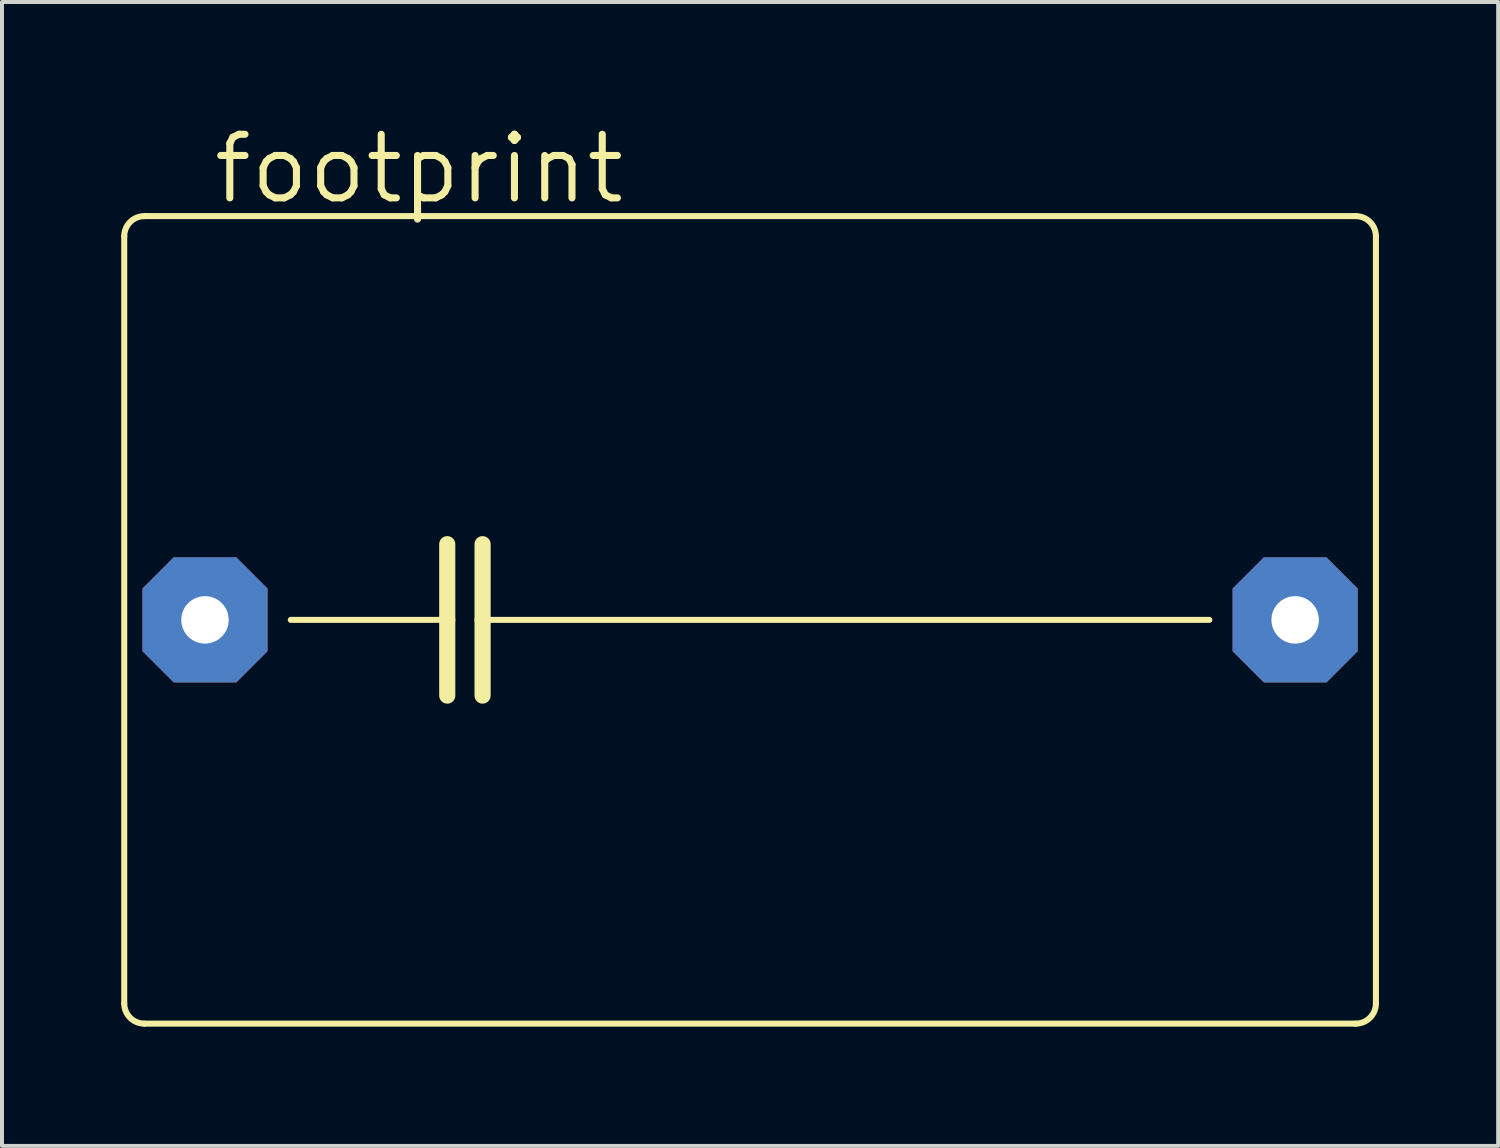
<source format=kicad_pcb>
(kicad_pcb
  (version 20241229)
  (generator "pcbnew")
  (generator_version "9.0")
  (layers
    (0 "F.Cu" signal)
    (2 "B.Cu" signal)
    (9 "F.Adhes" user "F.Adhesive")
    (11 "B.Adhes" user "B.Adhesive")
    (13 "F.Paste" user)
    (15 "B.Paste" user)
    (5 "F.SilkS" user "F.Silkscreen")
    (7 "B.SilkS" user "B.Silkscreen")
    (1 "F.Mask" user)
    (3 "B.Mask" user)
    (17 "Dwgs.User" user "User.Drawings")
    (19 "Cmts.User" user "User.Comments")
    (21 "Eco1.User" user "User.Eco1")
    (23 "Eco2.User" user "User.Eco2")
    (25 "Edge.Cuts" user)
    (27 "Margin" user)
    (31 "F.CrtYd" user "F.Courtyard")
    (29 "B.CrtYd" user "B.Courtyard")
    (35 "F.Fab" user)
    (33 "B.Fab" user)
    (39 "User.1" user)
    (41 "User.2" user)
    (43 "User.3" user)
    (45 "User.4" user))
  (footprint "footprint"
    (layer "F.Cu")
    (at 15.824 12.548)
    (property "Reference" "footprint" (at -13.589 -10.414 0) (layer "F.SilkS") (effects (font (size 1.6 1.6) (thickness 0.178)) (justify left bottom)))
    (fp_line (start -15.748 9.652) (end -15.748 -9.652) (stroke (width 0.152) (type solid)) (layer "F.SilkS"))
    (fp_line (start -15.24 -10.16) (end 15.24 -10.16) (stroke (width 0.152) (type solid)) (layer "F.SilkS"))
    (fp_line (start -11.557 0) (end -7.62 0) (stroke (width 0.152) (type solid)) (layer "F.SilkS"))
    (fp_line (start -7.62 -1.905) (end -7.62 0) (stroke (width 0.406) (type solid)) (layer "F.SilkS"))
    (fp_line (start -7.62 0) (end -7.62 1.905) (stroke (width 0.406) (type solid)) (layer "F.SilkS"))
    (fp_line (start -6.731 -1.905) (end -6.731 0) (stroke (width 0.406) (type solid)) (layer "F.SilkS"))
    (fp_line (start -6.731 0) (end -6.731 1.905) (stroke (width 0.406) (type solid)) (layer "F.SilkS"))
    (fp_line (start -6.731 0) (end 11.557 0) (stroke (width 0.152) (type solid)) (layer "F.SilkS"))
    (fp_line (start 15.24 10.16) (end -15.24 10.16) (stroke (width 0.152) (type solid)) (layer "F.SilkS"))
    (fp_line (start 15.748 -9.652) (end 15.748 9.652) (stroke (width 0.152) (type solid)) (layer "F.SilkS"))
    (fp_arc (start -15.748 -9.652) (mid -15.59921 -10.01121) (end -15.24 -10.16) (stroke (width 0.1524) (type solid)) (layer "F.SilkS"))
    (fp_arc (start -15.24 10.16) (mid -15.59921 10.01121) (end -15.748 9.652) (stroke (width 0.1524) (type solid)) (layer "F.SilkS"))
    (fp_arc (start 15.24 -10.16) (mid 15.59921 -10.01121) (end 15.748 -9.652) (stroke (width 0.1524) (type solid)) (layer "F.SilkS"))
    (fp_arc (start 15.748 9.652) (mid 15.59921 10.01121) (end 15.24 10.16) (stroke (width 0.1524) (type solid)) (layer "F.SilkS"))
    (pad "1" thru_hole roundrect (at -13.716 0) (size 3.15 3.15) (drill 1.194) (layers "*.Cu" "*.Mask") (roundrect_rratio 0.25) (chamfer_ratio 0.25) (chamfer top_left top_right bottom_left bottom_right))
    (pad "2" thru_hole roundrect (at 13.716 0) (size 3.15 3.15) (drill 1.194) (layers "*.Cu" "*.Mask") (roundrect_rratio 0.25) (chamfer_ratio 0.25) (chamfer top_left top_right bottom_left bottom_right)))
  (gr_rect
    (start -3 -3)
    (end 34.648 25.784)
    (stroke (width 0.1) (type default))
    (fill no)
    (layer "Edge.Cuts")))
</source>
